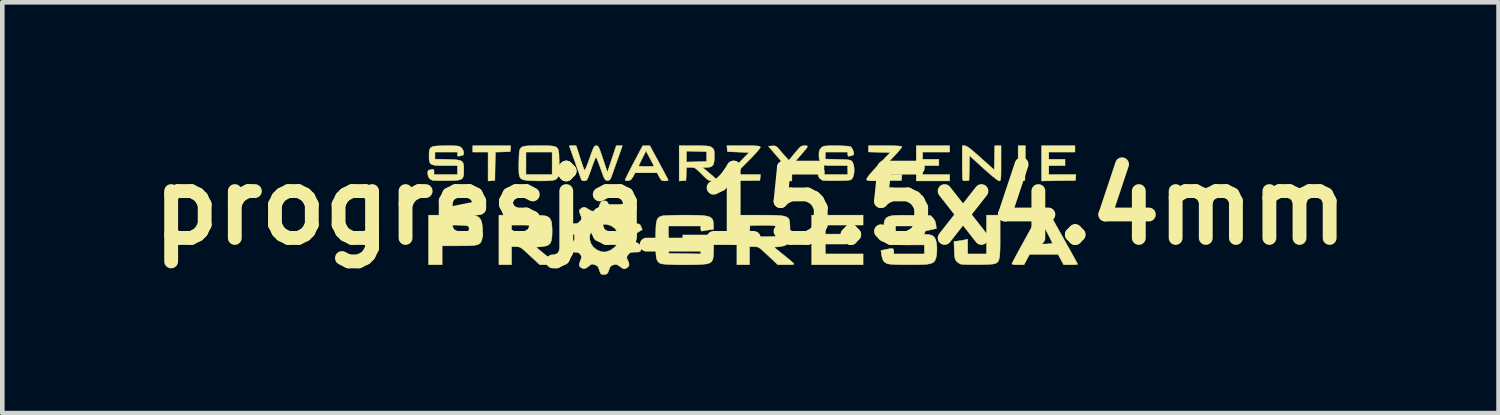
<source format=kicad_pcb>
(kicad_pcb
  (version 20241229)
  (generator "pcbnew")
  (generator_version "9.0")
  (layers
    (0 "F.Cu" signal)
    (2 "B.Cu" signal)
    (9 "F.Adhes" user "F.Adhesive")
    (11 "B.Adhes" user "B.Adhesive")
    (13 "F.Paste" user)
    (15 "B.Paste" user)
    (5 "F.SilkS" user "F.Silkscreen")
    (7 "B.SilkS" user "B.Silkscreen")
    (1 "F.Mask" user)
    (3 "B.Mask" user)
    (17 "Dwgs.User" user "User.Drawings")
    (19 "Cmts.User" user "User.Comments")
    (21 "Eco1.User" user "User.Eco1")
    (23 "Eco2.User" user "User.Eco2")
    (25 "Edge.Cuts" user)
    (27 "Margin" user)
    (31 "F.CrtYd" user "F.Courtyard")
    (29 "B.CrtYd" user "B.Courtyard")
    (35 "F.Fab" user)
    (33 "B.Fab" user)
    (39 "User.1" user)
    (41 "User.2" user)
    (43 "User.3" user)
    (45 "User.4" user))
  (footprint "progresja_15.5x4.4mm"
    (layer "F.Cu")
    (at 13.215 1.418)
    (property "Reference" "progresja_15.5x4.4mm" (at 0 0 0) (layer "F.SilkS") (effects (font (size 1.524 1.524) (thickness 0.3))))
    (attr through_hole)
    (fp_poly (pts (xy 5.955 -0.933) (xy 5.949 -0.557) (xy 5.803 -0.545) (xy 5.803 -1.309) (xy 5.96 -1.309) (xy 5.955 -0.933)) (stroke (width 0.01) (type solid)) (fill yes) (layer "F.SilkS"))
    (fp_poly (pts (xy -5.201 -1.246) (xy -5.207 -1.182) (xy -5.368 -1.176) (xy -5.528 -1.171) (xy -5.534 -0.864) (xy -5.539 -0.557) (xy -5.612 -0.551) (xy -5.686 -0.545) (xy -5.686 -1.172) (xy -6.018 -1.172) (xy -6.018 -1.309) (xy -5.195 -1.309) (xy -5.201 -1.246)) (stroke (width 0.01) (type solid)) (fill yes) (layer "F.SilkS"))
    (fp_poly (pts (xy 2.442 0.41) (xy 1.622 0.41) (xy 1.622 0.606) (xy 2.091 0.606) (xy 2.091 0.821) (xy 1.622 0.821) (xy 1.622 1.036) (xy 2.442 1.036) (xy 2.442 1.27) (xy 1.329 1.27) (xy 1.329 0.195) (xy 2.442 0.195) (xy 2.442 0.41)) (stroke (width 0.01) (type solid)) (fill yes) (layer "F.SilkS"))
    (fp_poly (pts (xy 4.318 -1.172) (xy 3.732 -1.172) (xy 3.732 -1.016) (xy 4.084 -1.016) (xy 4.084 -0.879) (xy 3.732 -0.879) (xy 3.732 -0.684) (xy 4.318 -0.684) (xy 4.318 -0.547) (xy 3.595 -0.547) (xy 3.595 -1.309) (xy 4.318 -1.309) (xy 4.318 -1.172)) (stroke (width 0.01) (type solid)) (fill yes) (layer "F.SilkS"))
    (fp_poly (pts (xy 7.034 -1.172) (xy 6.467 -1.172) (xy 6.467 -1.016) (xy 6.819 -1.016) (xy 6.819 -0.879) (xy 6.467 -0.879) (xy 6.467 -0.684) (xy 7.056 -0.684) (xy 7.05 -0.62) (xy 7.044 -0.557) (xy 6.677 -0.552) (xy 6.311 -0.546) (xy 6.311 -1.309) (xy 7.034 -1.309) (xy 7.034 -1.172)) (stroke (width 0.01) (type solid)) (fill yes) (layer "F.SilkS"))
    (fp_poly (pts (xy 3.052 -1.309) (xy 3.149 -1.307) (xy 3.216 -1.303) (xy 3.257 -1.298) (xy 3.278 -1.291) (xy 3.282 -1.283) (xy 3.269 -1.261) (xy 3.233 -1.216) (xy 3.178 -1.153) (xy 3.107 -1.076) (xy 3.025 -0.989) (xy 3.007 -0.97) (xy 2.732 -0.684) (xy 3.285 -0.684) (xy 3.279 -0.62) (xy 3.273 -0.557) (xy 2.897 -0.552) (xy 2.767 -0.55) (xy 2.671 -0.549) (xy 2.604 -0.55) (xy 2.56 -0.553) (xy 2.535 -0.559) (xy 2.524 -0.568) (xy 2.521 -0.58) (xy 2.52 -0.588) (xy 2.535 -0.618) (xy 2.576 -0.674) (xy 2.643 -0.752) (xy 2.733 -0.851) (xy 2.776 -0.896) (xy 3.031 -1.163) (xy 2.56 -1.174) (xy 2.56 -1.309) (xy 2.921 -1.309) (xy 3.052 -1.309)) (stroke (width 0.01) (type solid)) (fill yes) (layer "F.SilkS"))
    (fp_poly (pts (xy 1.208 -1.309) (xy 1.23 -1.305) (xy 1.236 -1.294) (xy 1.226 -1.272) (xy 1.198 -1.232) (xy 1.148 -1.173) (xy 1.075 -1.089) (xy 1.061 -1.072) (xy 0.899 -0.884) (xy 0.899 -0.547) (xy 0.834 -0.547) (xy 0.785 -0.551) (xy 0.756 -0.559) (xy 0.755 -0.56) (xy 0.749 -0.584) (xy 0.745 -0.638) (xy 0.742 -0.71) (xy 0.742 -0.731) (xy 0.742 -0.889) (xy 0.391 -1.299) (xy 0.473 -1.305) (xy 0.519 -1.307) (xy 0.554 -1.297) (xy 0.588 -1.269) (xy 0.634 -1.218) (xy 0.688 -1.154) (xy 0.743 -1.091) (xy 0.773 -1.058) (xy 0.833 -0.992) (xy 0.964 -1.15) (xy 1.024 -1.221) (xy 1.066 -1.267) (xy 1.098 -1.294) (xy 1.128 -1.306) (xy 1.162 -1.309) (xy 1.174 -1.309) (xy 1.208 -1.309)) (stroke (width 0.01) (type solid)) (fill yes) (layer "F.SilkS"))
    (fp_poly (pts (xy -0.02 -1.309) (xy 0.074 -1.308) (xy 0.139 -1.305) (xy 0.18 -1.301) (xy 0.203 -1.294) (xy 0.213 -1.285) (xy 0.215 -1.275) (xy 0.202 -1.251) (xy 0.165 -1.205) (xy 0.108 -1.141) (xy 0.036 -1.064) (xy -0.047 -0.978) (xy -0.063 -0.963) (xy -0.341 -0.684) (xy 0.217 -0.684) (xy 0.211 -0.62) (xy 0.205 -0.557) (xy -0.171 -0.552) (xy -0.301 -0.55) (xy -0.397 -0.549) (xy -0.464 -0.55) (xy -0.507 -0.553) (xy -0.532 -0.559) (xy -0.544 -0.567) (xy -0.547 -0.58) (xy -0.547 -0.589) (xy -0.533 -0.622) (xy -0.489 -0.68) (xy -0.416 -0.763) (xy -0.313 -0.871) (xy -0.288 -0.897) (xy -0.029 -1.163) (xy -0.264 -1.172) (xy -0.498 -1.182) (xy -0.504 -1.246) (xy -0.51 -1.309) (xy -0.148 -1.309) (xy -0.02 -1.309)) (stroke (width 0.01) (type solid)) (fill yes) (layer "F.SilkS"))
    (fp_poly (pts (xy 5.412 0.656) (xy 5.412 0.818) (xy 5.41 0.945) (xy 5.405 1.043) (xy 5.397 1.115) (xy 5.384 1.166) (xy 5.366 1.202) (xy 5.342 1.225) (xy 5.311 1.242) (xy 5.293 1.248) (xy 5.255 1.255) (xy 5.186 1.26) (xy 5.096 1.264) (xy 4.991 1.266) (xy 4.882 1.268) (xy 4.775 1.267) (xy 4.68 1.265) (xy 4.605 1.262) (xy 4.56 1.257) (xy 4.518 1.237) (xy 4.473 1.201) (xy 4.472 1.199) (xy 4.45 1.172) (xy 4.436 1.139) (xy 4.427 1.093) (xy 4.421 1.023) (xy 4.419 0.959) (xy 4.412 0.768) (xy 4.497 0.756) (xy 4.568 0.745) (xy 4.634 0.733) (xy 4.645 0.731) (xy 4.709 0.718) (xy 4.709 1.036) (xy 5.119 1.036) (xy 5.119 0.195) (xy 5.412 0.195) (xy 5.412 0.656)) (stroke (width 0.01) (type solid)) (fill yes) (layer "F.SilkS"))
    (fp_poly (pts (xy 4.672 -1.303) (xy 4.709 -1.282) (xy 4.762 -1.245) (xy 4.832 -1.187) (xy 4.925 -1.107) (xy 4.992 -1.047) (xy 5.285 -0.786) (xy 5.291 -1.047) (xy 5.296 -1.309) (xy 5.432 -1.309) (xy 5.432 -0.928) (xy 5.432 -0.797) (xy 5.431 -0.7) (xy 5.429 -0.632) (xy 5.425 -0.588) (xy 5.419 -0.563) (xy 5.41 -0.551) (xy 5.398 -0.547) (xy 5.392 -0.547) (xy 5.364 -0.56) (xy 5.312 -0.598) (xy 5.239 -0.656) (xy 5.149 -0.733) (xy 5.051 -0.821) (xy 4.749 -1.095) (xy 4.744 -0.826) (xy 4.738 -0.557) (xy 4.679 -0.551) (xy 4.632 -0.551) (xy 4.605 -0.559) (xy 4.601 -0.582) (xy 4.597 -0.638) (xy 4.594 -0.72) (xy 4.592 -0.823) (xy 4.592 -0.939) (xy 4.592 -0.941) (xy 4.592 -1.309) (xy 4.645 -1.309) (xy 4.672 -1.303)) (stroke (width 0.01) (type solid)) (fill yes) (layer "F.SilkS"))
    (fp_poly (pts (xy -6.482 0.197) (xy -6.344 0.198) (xy -6.218 0.2) (xy -6.108 0.203) (xy -6.021 0.206) (xy -5.963 0.21) (xy -5.941 0.212) (xy -5.882 0.244) (xy -5.841 0.302) (xy -5.816 0.39) (xy -5.806 0.493) (xy -5.805 0.579) (xy -5.81 0.66) (xy -5.819 0.72) (xy -5.821 0.726) (xy -5.837 0.769) (xy -5.858 0.801) (xy -5.89 0.825) (xy -5.938 0.841) (xy -6.007 0.852) (xy -6.101 0.857) (xy -6.227 0.859) (xy -6.32 0.86) (xy -6.682 0.86) (xy -6.682 1.27) (xy -6.975 1.27) (xy -6.975 0.41) (xy -6.682 0.41) (xy -6.682 0.646) (xy -6.394 0.64) (xy -6.106 0.635) (xy -6.1 0.535) (xy -6.098 0.476) (xy -6.104 0.445) (xy -6.124 0.43) (xy -6.156 0.423) (xy -6.2 0.418) (xy -6.273 0.414) (xy -6.364 0.411) (xy -6.45 0.41) (xy -6.682 0.41) (xy -6.975 0.41) (xy -6.975 0.195) (xy -6.482 0.197)) (stroke (width 0.01) (type solid)) (fill yes) (layer "F.SilkS"))
    (fp_poly (pts (xy -4.582 -1.309) (xy -4.442 -1.309) (xy -4.337 -1.307) (xy -4.26 -1.298) (xy -4.208 -1.28) (xy -4.176 -1.248) (xy -4.158 -1.199) (xy -4.15 -1.13) (xy -4.147 -1.036) (xy -4.145 -0.984) (xy -4.144 -0.847) (xy -4.148 -0.744) (xy -4.16 -0.67) (xy -4.179 -0.619) (xy -4.208 -0.586) (xy -4.243 -0.568) (xy -4.293 -0.559) (xy -4.372 -0.552) (xy -4.47 -0.548) (xy -4.579 -0.547) (xy -4.688 -0.55) (xy -4.788 -0.554) (xy -4.871 -0.562) (xy -4.927 -0.572) (xy -4.937 -0.576) (xy -4.969 -0.594) (xy -4.992 -0.619) (xy -5.008 -0.659) (xy -5.017 -0.717) (xy -5.02 -0.8) (xy -5.02 -0.914) (xy -5.018 -0.986) (xy -5.015 -1.091) (xy -5.01 -1.171) (xy -5.01 -1.172) (xy -4.865 -1.172) (xy -4.865 -0.684) (xy -4.298 -0.684) (xy -4.298 -1.172) (xy -4.865 -1.172) (xy -5.01 -1.172) (xy -4.997 -1.228) (xy -4.972 -1.267) (xy -4.929 -1.291) (xy -4.865 -1.304) (xy -4.773 -1.308) (xy -4.649 -1.309) (xy -4.582 -1.309)) (stroke (width 0.01) (type solid)) (fill yes) (layer "F.SilkS"))
    (fp_poly (pts (xy -1.983 -0.946) (xy -1.925 -0.837) (xy -1.872 -0.74) (xy -1.83 -0.659) (xy -1.799 -0.6) (xy -1.783 -0.569) (xy -1.781 -0.565) (xy -1.794 -0.554) (xy -1.834 -0.548) (xy -1.852 -0.547) (xy -1.899 -0.55) (xy -1.93 -0.565) (xy -1.957 -0.602) (xy -1.976 -0.635) (xy -2.022 -0.723) (xy -2.498 -0.723) (xy -2.544 -0.64) (xy -2.578 -0.586) (xy -2.613 -0.56) (xy -2.653 -0.551) (xy -2.698 -0.552) (xy -2.716 -0.566) (xy -2.716 -0.567) (xy -2.707 -0.59) (xy -2.683 -0.642) (xy -2.645 -0.718) (xy -2.597 -0.812) (xy -2.567 -0.87) (xy -2.423 -0.87) (xy -2.405 -0.865) (xy -2.357 -0.862) (xy -2.287 -0.86) (xy -2.257 -0.86) (xy -2.182 -0.861) (xy -2.124 -0.863) (xy -2.093 -0.866) (xy -2.091 -0.867) (xy -2.099 -0.887) (xy -2.122 -0.933) (xy -2.156 -0.997) (xy -2.177 -1.037) (xy -2.263 -1.198) (xy -2.343 -1.039) (xy -2.378 -0.968) (xy -2.405 -0.911) (xy -2.421 -0.876) (xy -2.423 -0.87) (xy -2.567 -0.87) (xy -2.542 -0.918) (xy -2.525 -0.949) (xy -2.335 -1.308) (xy -2.257 -1.308) (xy -2.179 -1.308) (xy -1.983 -0.946)) (stroke (width 0.01) (type solid)) (fill yes) (layer "F.SilkS"))
    (fp_poly (pts (xy -1.092 -1.309) (xy -1.003 -1.307) (xy -0.94 -1.304) (xy -0.896 -1.298) (xy -0.866 -1.289) (xy -0.844 -1.276) (xy -0.833 -1.269) (xy -0.807 -1.245) (xy -0.792 -1.219) (xy -0.784 -1.179) (xy -0.782 -1.115) (xy -0.782 -1.073) (xy -0.786 -0.973) (xy -0.802 -0.905) (xy -0.834 -0.864) (xy -0.886 -0.845) (xy -0.949 -0.84) (xy -1.038 -0.84) (xy -0.882 -0.708) (xy -0.817 -0.652) (xy -0.765 -0.605) (xy -0.732 -0.573) (xy -0.724 -0.562) (xy -0.741 -0.553) (xy -0.785 -0.548) (xy -0.816 -0.547) (xy -0.859 -0.548) (xy -0.893 -0.556) (xy -0.927 -0.574) (xy -0.968 -0.609) (xy -1.026 -0.664) (xy -1.055 -0.694) (xy -1.121 -0.759) (xy -1.168 -0.801) (xy -1.204 -0.826) (xy -1.237 -0.837) (xy -1.275 -0.84) (xy -1.293 -0.84) (xy -1.386 -0.84) (xy -1.391 -0.699) (xy -1.397 -0.557) (xy -1.47 -0.551) (xy -1.544 -0.545) (xy -1.544 -0.956) (xy -1.387 -0.956) (xy -1.167 -0.962) (xy -0.948 -0.967) (xy -0.948 -1.182) (xy -1.167 -1.188) (xy -1.387 -1.193) (xy -1.387 -0.956) (xy -1.544 -0.956) (xy -1.544 -1.309) (xy -1.214 -1.309) (xy -1.092 -1.309)) (stroke (width 0.01) (type solid)) (fill yes) (layer "F.SilkS"))
    (fp_poly (pts (xy 6.797 0.722) (xy 6.87 0.853) (xy 6.937 0.972) (xy 6.994 1.076) (xy 7.041 1.161) (xy 7.074 1.222) (xy 7.091 1.255) (xy 7.092 1.259) (xy 7.074 1.264) (xy 7.027 1.268) (xy 6.959 1.27) (xy 6.941 1.27) (xy 6.79 1.269) (xy 6.729 1.157) (xy 6.669 1.045) (xy 6.05 1.045) (xy 5.99 1.157) (xy 5.93 1.269) (xy 5.797 1.27) (xy 5.723 1.268) (xy 5.682 1.261) (xy 5.669 1.248) (xy 5.67 1.245) (xy 5.68 1.222) (xy 5.708 1.169) (xy 5.749 1.091) (xy 5.802 0.992) (xy 5.865 0.877) (xy 5.902 0.81) (xy 6.174 0.81) (xy 6.192 0.815) (xy 6.241 0.818) (xy 6.312 0.82) (xy 6.36 0.821) (xy 6.44 0.819) (xy 6.502 0.814) (xy 6.539 0.808) (xy 6.545 0.803) (xy 6.537 0.78) (xy 6.513 0.73) (xy 6.479 0.663) (xy 6.455 0.616) (xy 6.365 0.446) (xy 6.316 0.531) (xy 6.278 0.6) (xy 6.24 0.672) (xy 6.206 0.737) (xy 6.183 0.786) (xy 6.174 0.81) (xy 6.174 0.81) (xy 5.902 0.81) (xy 5.935 0.75) (xy 5.959 0.707) (xy 6.241 0.195) (xy 6.502 0.195) (xy 6.797 0.722)) (stroke (width 0.01) (type solid)) (fill yes) (layer "F.SilkS"))
    (fp_poly (pts (xy -4.796 0.196) (xy -4.654 0.199) (xy -4.542 0.203) (xy -4.462 0.209) (xy -4.419 0.217) (xy -4.418 0.217) (xy -4.368 0.244) (xy -4.333 0.286) (xy -4.311 0.35) (xy -4.301 0.443) (xy -4.298 0.535) (xy -4.301 0.656) (xy -4.313 0.743) (xy -4.338 0.803) (xy -4.379 0.842) (xy -4.441 0.865) (xy -4.527 0.878) (xy -4.537 0.879) (xy -4.649 0.889) (xy -4.425 1.072) (xy -4.346 1.136) (xy -4.28 1.192) (xy -4.231 1.234) (xy -4.204 1.258) (xy -4.201 1.262) (xy -4.219 1.266) (xy -4.268 1.268) (xy -4.338 1.27) (xy -4.383 1.27) (xy -4.566 1.27) (xy -4.775 1.075) (xy -4.857 0.999) (xy -4.917 0.946) (xy -4.96 0.911) (xy -4.995 0.891) (xy -5.026 0.882) (xy -5.06 0.879) (xy -5.081 0.879) (xy -5.178 0.879) (xy -5.178 1.27) (xy -5.451 1.27) (xy -5.451 0.41) (xy -5.178 0.41) (xy -5.178 0.664) (xy -4.906 0.664) (xy -4.804 0.663) (xy -4.716 0.661) (xy -4.647 0.658) (xy -4.608 0.654) (xy -4.603 0.652) (xy -4.582 0.631) (xy -4.573 0.582) (xy -4.572 0.545) (xy -4.574 0.485) (xy -4.585 0.453) (xy -4.61 0.434) (xy -4.622 0.429) (xy -4.66 0.422) (xy -4.728 0.416) (xy -4.817 0.412) (xy -4.916 0.41) (xy -4.925 0.41) (xy -5.178 0.41) (xy -5.451 0.41) (xy -5.451 0.195) (xy -4.966 0.195) (xy -4.796 0.196)) (stroke (width 0.01) (type solid)) (fill yes) (layer "F.SilkS"))
    (fp_poly (pts (xy -1.25 0.196) (xy -1.113 0.2) (xy -1.006 0.207) (xy -0.927 0.22) (xy -0.871 0.24) (xy -0.835 0.268) (xy -0.813 0.306) (xy -0.804 0.355) (xy -0.801 0.416) (xy -0.801 0.503) (xy -0.912 0.517) (xy -0.977 0.527) (xy -1.029 0.536) (xy -1.048 0.541) (xy -1.068 0.536) (xy -1.075 0.497) (xy -1.075 0.491) (xy -1.075 0.43) (xy -1.779 0.43) (xy -1.774 0.728) (xy -1.768 1.026) (xy -1.421 1.031) (xy -1.075 1.036) (xy -1.075 0.84) (xy -1.465 0.84) (xy -1.465 0.625) (xy -0.801 0.625) (xy -0.799 0.806) (xy -0.798 0.939) (xy -0.801 1.039) (xy -0.807 1.112) (xy -0.819 1.162) (xy -0.838 1.197) (xy -0.865 1.221) (xy -0.903 1.239) (xy -0.909 1.242) (xy -0.953 1.252) (xy -1.027 1.26) (xy -1.126 1.266) (xy -1.242 1.269) (xy -1.368 1.271) (xy -1.497 1.271) (xy -1.623 1.269) (xy -1.738 1.265) (xy -1.836 1.26) (xy -1.91 1.252) (xy -1.952 1.243) (xy -1.955 1.241) (xy -1.987 1.22) (xy -2.011 1.193) (xy -2.029 1.155) (xy -2.041 1.1) (xy -2.048 1.023) (xy -2.052 0.92) (xy -2.053 0.784) (xy -2.053 0.73) (xy -2.052 0.58) (xy -2.049 0.465) (xy -2.042 0.379) (xy -2.03 0.317) (xy -2.012 0.274) (xy -1.987 0.245) (xy -1.954 0.226) (xy -1.932 0.217) (xy -1.889 0.209) (xy -1.812 0.203) (xy -1.702 0.199) (xy -1.565 0.196) (xy -1.423 0.195) (xy -1.25 0.196)) (stroke (width 0.01) (type solid)) (fill yes) (layer "F.SilkS"))
    (fp_poly (pts (xy 0.367 0.196) (xy 0.502 0.198) (xy 0.608 0.203) (xy 0.688 0.21) (xy 0.746 0.222) (xy 0.787 0.237) (xy 0.815 0.257) (xy 0.835 0.283) (xy 0.839 0.29) (xy 0.848 0.328) (xy 0.855 0.395) (xy 0.858 0.479) (xy 0.859 0.57) (xy 0.857 0.657) (xy 0.851 0.729) (xy 0.843 0.776) (xy 0.84 0.782) (xy 0.798 0.829) (xy 0.73 0.86) (xy 0.629 0.878) (xy 0.621 0.879) (xy 0.509 0.889) (xy 0.715 1.055) (xy 0.793 1.118) (xy 0.86 1.174) (xy 0.911 1.217) (xy 0.939 1.243) (xy 0.942 1.246) (xy 0.944 1.257) (xy 0.922 1.265) (xy 0.873 1.269) (xy 0.79 1.27) (xy 0.778 1.27) (xy 0.594 1.27) (xy 0.387 1.075) (xy 0.306 0.999) (xy 0.247 0.946) (xy 0.204 0.911) (xy 0.17 0.891) (xy 0.139 0.882) (xy 0.104 0.879) (xy 0.08 0.879) (xy -0.02 0.879) (xy -0.02 1.27) (xy -0.293 1.27) (xy -0.293 0.664) (xy -0.021 0.664) (xy 0.251 0.664) (xy 0.353 0.663) (xy 0.442 0.661) (xy 0.51 0.658) (xy 0.55 0.654) (xy 0.555 0.652) (xy 0.576 0.631) (xy 0.585 0.582) (xy 0.586 0.545) (xy 0.584 0.485) (xy 0.573 0.453) (xy 0.548 0.434) (xy 0.535 0.429) (xy 0.496 0.422) (xy 0.427 0.417) (xy 0.338 0.414) (xy 0.24 0.415) (xy 0.237 0.415) (xy -0.01 0.42) (xy -0.021 0.664) (xy -0.293 0.664) (xy -0.293 0.195) (xy 0.196 0.195) (xy 0.367 0.196)) (stroke (width 0.01) (type solid)) (fill yes) (layer "F.SilkS"))
    (fp_poly (pts (xy -6.481 -1.309) (xy -6.402 -1.307) (xy -6.349 -1.304) (xy -6.313 -1.296) (xy -6.289 -1.285) (xy -6.269 -1.269) (xy -6.261 -1.261) (xy -6.23 -1.217) (xy -6.214 -1.166) (xy -6.215 -1.125) (xy -6.228 -1.108) (xy -6.256 -1.098) (xy -6.296 -1.087) (xy -6.335 -1.082) (xy -6.349 -1.098) (xy -6.35 -1.123) (xy -6.35 -1.172) (xy -6.838 -1.172) (xy -6.838 -1.019) (xy -6.567 -1.013) (xy -6.442 -1.009) (xy -6.35 -1.002) (xy -6.287 -0.988) (xy -6.247 -0.965) (xy -6.225 -0.927) (xy -6.215 -0.873) (xy -6.213 -0.798) (xy -6.213 -0.782) (xy -6.215 -0.703) (xy -6.222 -0.645) (xy -6.241 -0.605) (xy -6.276 -0.579) (xy -6.334 -0.564) (xy -6.419 -0.557) (xy -6.536 -0.554) (xy -6.572 -0.554) (xy -6.675 -0.554) (xy -6.768 -0.554) (xy -6.841 -0.556) (xy -6.885 -0.559) (xy -6.892 -0.56) (xy -6.937 -0.583) (xy -6.965 -0.611) (xy -6.985 -0.655) (xy -6.994 -0.706) (xy -6.992 -0.752) (xy -6.978 -0.779) (xy -6.97 -0.782) (xy -6.933 -0.787) (xy -6.902 -0.794) (xy -6.871 -0.797) (xy -6.86 -0.778) (xy -6.858 -0.745) (xy -6.858 -0.684) (xy -6.35 -0.684) (xy -6.35 -0.879) (xy -6.621 -0.879) (xy -6.744 -0.88) (xy -6.834 -0.885) (xy -6.896 -0.898) (xy -6.934 -0.922) (xy -6.955 -0.96) (xy -6.964 -1.017) (xy -6.965 -1.094) (xy -6.965 -1.098) (xy -6.964 -1.171) (xy -6.955 -1.225) (xy -6.935 -1.263) (xy -6.897 -1.287) (xy -6.837 -1.301) (xy -6.75 -1.307) (xy -6.63 -1.309) (xy -6.591 -1.309) (xy -6.481 -1.309)) (stroke (width 0.01) (type solid)) (fill yes) (layer "F.SilkS"))
    (fp_poly (pts (xy -3.694 -1.05) (xy -3.663 -0.955) (xy -3.635 -0.873) (xy -3.612 -0.812) (xy -3.598 -0.779) (xy -3.596 -0.776) (xy -3.585 -0.787) (xy -3.564 -0.83) (xy -3.536 -0.898) (xy -3.503 -0.986) (xy -3.486 -1.034) (xy -3.449 -1.141) (xy -3.421 -1.215) (xy -3.399 -1.264) (xy -3.382 -1.292) (xy -3.365 -1.305) (xy -3.345 -1.309) (xy -3.341 -1.309) (xy -3.321 -1.307) (xy -3.305 -1.297) (xy -3.288 -1.273) (xy -3.269 -1.231) (xy -3.244 -1.164) (xy -3.211 -1.068) (xy -3.196 -1.021) (xy -3.1 -0.733) (xy -3.004 -1.021) (xy -2.908 -1.309) (xy -2.775 -1.309) (xy -2.884 -1.001) (xy -2.923 -0.893) (xy -2.958 -0.793) (xy -2.988 -0.708) (xy -3.01 -0.648) (xy -3.018 -0.625) (xy -3.04 -0.578) (xy -3.07 -0.559) (xy -3.099 -0.557) (xy -3.122 -0.558) (xy -3.141 -0.567) (xy -3.158 -0.588) (xy -3.178 -0.628) (xy -3.203 -0.693) (xy -3.237 -0.788) (xy -3.243 -0.805) (xy -3.277 -0.897) (xy -3.306 -0.976) (xy -3.329 -1.033) (xy -3.342 -1.063) (xy -3.343 -1.065) (xy -3.354 -1.052) (xy -3.374 -1.008) (xy -3.401 -0.94) (xy -3.433 -0.855) (xy -3.439 -0.836) (xy -3.472 -0.744) (xy -3.502 -0.664) (xy -3.526 -0.605) (xy -3.541 -0.573) (xy -3.542 -0.572) (xy -3.575 -0.552) (xy -3.608 -0.547) (xy -3.647 -0.556) (xy -3.664 -0.572) (xy -3.675 -0.604) (xy -3.694 -0.657) (xy -3.704 -0.684) (xy -3.722 -0.735) (xy -3.75 -0.813) (xy -3.784 -0.908) (xy -3.82 -1.012) (xy -3.831 -1.04) (xy -3.926 -1.309) (xy -3.777 -1.309) (xy -3.694 -1.05)) (stroke (width 0.01) (type solid)) (fill yes) (layer "F.SilkS"))
    (fp_poly (pts (xy 3.425 0.198) (xy 3.49 0.199) (xy 3.907 0.205) (xy 3.958 0.257) (xy 4.003 0.326) (xy 4.02 0.396) (xy 4.03 0.485) (xy 3.905 0.513) (xy 3.781 0.54) (xy 3.775 0.485) (xy 3.768 0.43) (xy 3.146 0.43) (xy 3.146 0.603) (xy 3.521 0.605) (xy 3.665 0.606) (xy 3.774 0.61) (xy 3.856 0.616) (xy 3.914 0.627) (xy 3.954 0.645) (xy 3.982 0.669) (xy 4.003 0.703) (xy 4.017 0.734) (xy 4.033 0.8) (xy 4.042 0.89) (xy 4.041 0.987) (xy 4.032 1.077) (xy 4.019 1.133) (xy 4.002 1.174) (xy 3.979 1.206) (xy 3.945 1.23) (xy 3.896 1.247) (xy 3.828 1.259) (xy 3.734 1.265) (xy 3.611 1.269) (xy 3.455 1.269) (xy 3.439 1.269) (xy 3.284 1.268) (xy 3.163 1.266) (xy 3.074 1.261) (xy 3.01 1.255) (xy 2.968 1.246) (xy 2.957 1.242) (xy 2.906 1.212) (xy 2.874 1.17) (xy 2.853 1.106) (xy 2.843 1.052) (xy 2.829 0.961) (xy 2.93 0.94) (xy 3.013 0.924) (xy 3.065 0.919) (xy 3.093 0.927) (xy 3.105 0.95) (xy 3.107 0.977) (xy 3.107 1.036) (xy 3.771 1.036) (xy 3.771 0.84) (xy 3.411 0.84) (xy 3.293 0.839) (xy 3.185 0.836) (xy 3.096 0.832) (xy 3.032 0.827) (xy 3.001 0.821) (xy 2.952 0.794) (xy 2.919 0.75) (xy 2.899 0.684) (xy 2.891 0.59) (xy 2.89 0.534) (xy 2.891 0.437) (xy 2.897 0.361) (xy 2.912 0.302) (xy 2.941 0.259) (xy 2.987 0.229) (xy 3.054 0.21) (xy 3.147 0.201) (xy 3.27 0.197) (xy 3.425 0.198)) (stroke (width 0.01) (type solid)) (fill yes) (layer "F.SilkS"))
    (fp_poly (pts (xy 1.959 -1.308) (xy 2.05 -1.304) (xy 2.12 -1.299) (xy 2.163 -1.292) (xy 2.168 -1.29) (xy 2.197 -1.261) (xy 2.222 -1.214) (xy 2.238 -1.164) (xy 2.24 -1.125) (xy 2.234 -1.114) (xy 2.204 -1.099) (xy 2.164 -1.087) (xy 2.125 -1.082) (xy 2.112 -1.099) (xy 2.11 -1.123) (xy 2.11 -1.172) (xy 1.622 -1.172) (xy 1.622 -1.02) (xy 1.897 -1.013) (xy 2.006 -1.01) (xy 2.083 -1.006) (xy 2.135 -1.001) (xy 2.168 -0.993) (xy 2.19 -0.981) (xy 2.207 -0.963) (xy 2.21 -0.96) (xy 2.235 -0.905) (xy 2.248 -0.828) (xy 2.248 -0.743) (xy 2.236 -0.664) (xy 2.212 -0.607) (xy 2.21 -0.603) (xy 2.193 -0.585) (xy 2.174 -0.572) (xy 2.144 -0.564) (xy 2.099 -0.559) (xy 2.029 -0.555) (xy 1.93 -0.553) (xy 1.882 -0.553) (xy 1.778 -0.552) (xy 1.686 -0.553) (xy 1.615 -0.555) (xy 1.571 -0.558) (xy 1.563 -0.56) (xy 1.5 -0.602) (xy 1.469 -0.665) (xy 1.465 -0.706) (xy 1.471 -0.76) (xy 1.488 -0.782) (xy 1.49 -0.782) (xy 1.528 -0.787) (xy 1.558 -0.794) (xy 1.589 -0.797) (xy 1.601 -0.778) (xy 1.602 -0.745) (xy 1.602 -0.684) (xy 2.11 -0.684) (xy 2.11 -0.879) (xy 1.841 -0.88) (xy 1.742 -0.881) (xy 1.656 -0.883) (xy 1.591 -0.888) (xy 1.555 -0.893) (xy 1.551 -0.894) (xy 1.512 -0.943) (xy 1.49 -1.025) (xy 1.485 -1.104) (xy 1.488 -1.174) (xy 1.501 -1.22) (xy 1.529 -1.257) (xy 1.533 -1.261) (xy 1.554 -1.28) (xy 1.576 -1.293) (xy 1.607 -1.302) (xy 1.654 -1.306) (xy 1.724 -1.309) (xy 1.823 -1.309) (xy 1.857 -1.309) (xy 1.959 -1.308)) (stroke (width 0.01) (type solid)) (fill yes) (layer "F.SilkS"))
    (fp_poly (pts (xy -3.152 -0.114) (xy -3.117 -0.104) (xy -3.092 -0.079) (xy -3.07 -0.028) (xy -3.065 -0.011) (xy -3.04 0.051) (xy -3.012 0.086) (xy -2.971 0.107) (xy -2.968 0.108) (xy -2.927 0.119) (xy -2.894 0.115) (xy -2.854 0.092) (xy -2.818 0.065) (xy -2.733 0.001) (xy -2.675 0.043) (xy -2.641 0.074) (xy -2.629 0.107) (xy -2.638 0.152) (xy -2.665 0.215) (xy -2.678 0.255) (xy -2.668 0.293) (xy -2.65 0.324) (xy -2.624 0.36) (xy -2.595 0.377) (xy -2.551 0.383) (xy -2.504 0.383) (xy -2.442 0.383) (xy -2.407 0.391) (xy -2.386 0.411) (xy -2.371 0.445) (xy -2.344 0.509) (xy -2.432 0.562) (xy -2.484 0.597) (xy -2.51 0.628) (xy -2.519 0.666) (xy -2.52 0.688) (xy -2.514 0.743) (xy -2.49 0.775) (xy -2.477 0.783) (xy -2.428 0.814) (xy -2.39 0.844) (xy -2.362 0.879) (xy -2.361 0.916) (xy -2.368 0.94) (xy -2.382 0.972) (xy -2.402 0.989) (xy -2.441 0.995) (xy -2.499 0.996) (xy -2.565 0.999) (xy -2.606 1.008) (xy -2.635 1.031) (xy -2.651 1.051) (xy -2.677 1.094) (xy -2.679 1.127) (xy -2.667 1.154) (xy -2.636 1.227) (xy -2.63 1.278) (xy -2.649 1.315) (xy -2.679 1.337) (xy -2.715 1.356) (xy -2.742 1.36) (xy -2.774 1.345) (xy -2.822 1.312) (xy -2.875 1.277) (xy -2.912 1.263) (xy -2.95 1.267) (xy -2.972 1.273) (xy -3.016 1.292) (xy -3.044 1.325) (xy -3.067 1.383) (xy -3.068 1.384) (xy -3.088 1.439) (xy -3.11 1.467) (xy -3.143 1.478) (xy -3.167 1.481) (xy -3.217 1.481) (xy -3.243 1.464) (xy -3.259 1.432) (xy -3.279 1.376) (xy -3.292 1.335) (xy -3.321 1.295) (xy -3.373 1.269) (xy -3.423 1.257) (xy -3.456 1.263) (xy -3.484 1.285) (xy -3.549 1.336) (xy -3.6 1.355) (xy -3.647 1.346) (xy -3.663 1.337) (xy -3.697 1.309) (xy -3.71 1.277) (xy -3.702 1.23) (xy -3.681 1.174) (xy -3.663 1.123) (xy -3.662 1.09) (xy -3.678 1.058) (xy -3.686 1.047) (xy -3.712 1.018) (xy -3.746 1.003) (xy -3.8 0.998) (xy -3.835 0.997) (xy -3.899 0.995) (xy -3.936 0.987) (xy -3.956 0.969) (xy -3.968 0.944) (xy -3.98 0.895) (xy -3.969 0.858) (xy -3.93 0.822) (xy -3.889 0.797) (xy -3.84 0.765) (xy -3.817 0.735) (xy -3.814 0.718) (xy -3.485 0.718) (xy -3.46 0.805) (xy -3.41 0.883) (xy -3.337 0.944) (xy -3.242 0.984) (xy -3.164 0.995) (xy -3.118 0.987) (xy -3.056 0.966) (xy -3.028 0.953) (xy -2.937 0.888) (xy -2.878 0.805) (xy -2.853 0.71) (xy -2.864 0.607) (xy -2.884 0.555) (xy -2.941 0.477) (xy -3.021 0.423) (xy -3.116 0.395) (xy -3.215 0.392) (xy -3.311 0.419) (xy -3.378 0.46) (xy -3.446 0.539) (xy -3.481 0.627) (xy -3.485 0.718) (xy -3.814 0.718) (xy -3.81 0.691) (xy -3.81 0.679) (xy -3.816 0.626) (xy -3.834 0.606) (xy -3.835 0.606) (xy -3.865 0.594) (xy -3.909 0.565) (xy -3.926 0.551) (xy -3.966 0.515) (xy -3.98 0.489) (xy -3.973 0.459) (xy -3.964 0.439) (xy -3.944 0.404) (xy -3.917 0.387) (xy -3.871 0.381) (xy -3.835 0.381) (xy -3.771 0.377) (xy -3.731 0.364) (xy -3.699 0.334) (xy -3.693 0.327) (xy -3.668 0.293) (xy -3.661 0.265) (xy -3.668 0.228) (xy -3.685 0.183) (xy -3.705 0.128) (xy -3.709 0.097) (xy -3.698 0.076) (xy -3.675 0.056) (xy -3.634 0.028) (xy -3.599 0.023) (xy -3.556 0.041) (xy -3.511 0.069) (xy -3.454 0.102) (xy -3.404 0.11) (xy -3.37 0.106) (xy -3.326 0.094) (xy -3.301 0.069) (xy -3.283 0.021) (xy -3.28 0.008) (xy -3.255 -0.064) (xy -3.222 -0.103) (xy -3.175 -0.115) (xy -3.152 -0.114)) (stroke (width 0.01) (type solid)) (fill yes) (layer "F.SilkS")))
  (gr_rect
    (start -3 -3)
    (end 29.431 5.904)
    (stroke (width 0.1) (type default))
    (fill no)
    (layer "Edge.Cuts")))
</source>
